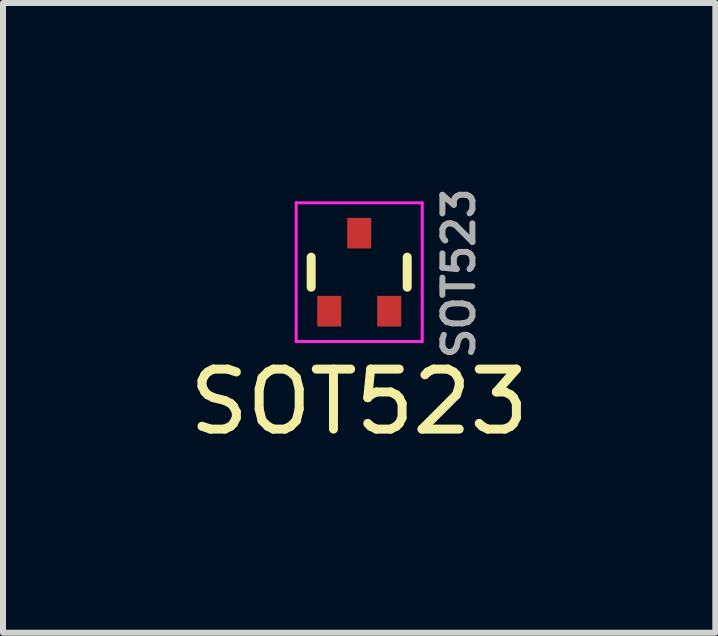
<source format=kicad_pcb>
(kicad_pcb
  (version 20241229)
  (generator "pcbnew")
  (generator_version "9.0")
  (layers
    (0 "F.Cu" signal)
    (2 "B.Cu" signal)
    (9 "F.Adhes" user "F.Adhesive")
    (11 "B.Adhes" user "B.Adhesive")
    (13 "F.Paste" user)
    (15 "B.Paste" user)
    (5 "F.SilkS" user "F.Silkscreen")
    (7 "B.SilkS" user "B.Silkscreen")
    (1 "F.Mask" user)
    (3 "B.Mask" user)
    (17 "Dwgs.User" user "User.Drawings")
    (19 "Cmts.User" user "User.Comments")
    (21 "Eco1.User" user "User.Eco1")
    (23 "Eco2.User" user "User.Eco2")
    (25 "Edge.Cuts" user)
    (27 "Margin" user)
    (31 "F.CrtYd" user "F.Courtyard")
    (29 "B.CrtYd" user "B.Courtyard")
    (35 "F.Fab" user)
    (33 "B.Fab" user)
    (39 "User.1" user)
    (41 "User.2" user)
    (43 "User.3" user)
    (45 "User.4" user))
  (footprint "SOT523"
    (layer "F.Cu")
    (at 2.935 1.485)
    (property "Reference" "SOT523" (at 0 2.16 0) (layer "F.SilkS") (effects (font (size 1 1) (thickness 0.15))))
    (attr through_hole)
    (fp_line (start -0.8 -0.25) (end -0.8 0.25) (stroke (width 0.15) (type solid)) (layer "F.SilkS"))
    (fp_line (start 0.8 -0.25) (end 0.8 0.25) (stroke (width 0.15) (type solid)) (layer "F.SilkS"))
    (fp_line (start -1.05 -1.155) (end 1.05 -1.155) (stroke (width 0.05) (type solid)) (layer "F.CrtYd"))
    (fp_line (start -1.05 1.155) (end -1.05 -1.155) (stroke (width 0.05) (type solid)) (layer "F.CrtYd"))
    (fp_line (start 1.05 -1.155) (end 1.05 1.155) (stroke (width 0.05) (type solid)) (layer "F.CrtYd"))
    (fp_line (start 1.05 1.155) (end -1.05 1.155) (stroke (width 0.05) (type solid)) (layer "F.CrtYd"))
    (fp_text user "${REFERENCE}" (at 1.66 0.02 90) (layer "F.Fab") (effects (font (size 0.5 0.5) (thickness 0.1))))
    (pad "1" smd rect (at -0.5 0.65) (size 0.4 0.51) (layers "F.Cu" "F.Mask" "F.Paste"))
    (pad "2" smd rect (at 0.5 0.65) (size 0.4 0.51) (layers "F.Cu" "F.Mask" "F.Paste"))
    (pad "3" smd rect (at 0 -0.65) (size 0.4 0.51) (layers "F.Cu" "F.Mask" "F.Paste")))
  (gr_rect
    (start -3 -3)
    (end 8.869 7.493)
    (stroke (width 0.1) (type default))
    (fill no)
    (layer "Edge.Cuts")))
</source>
